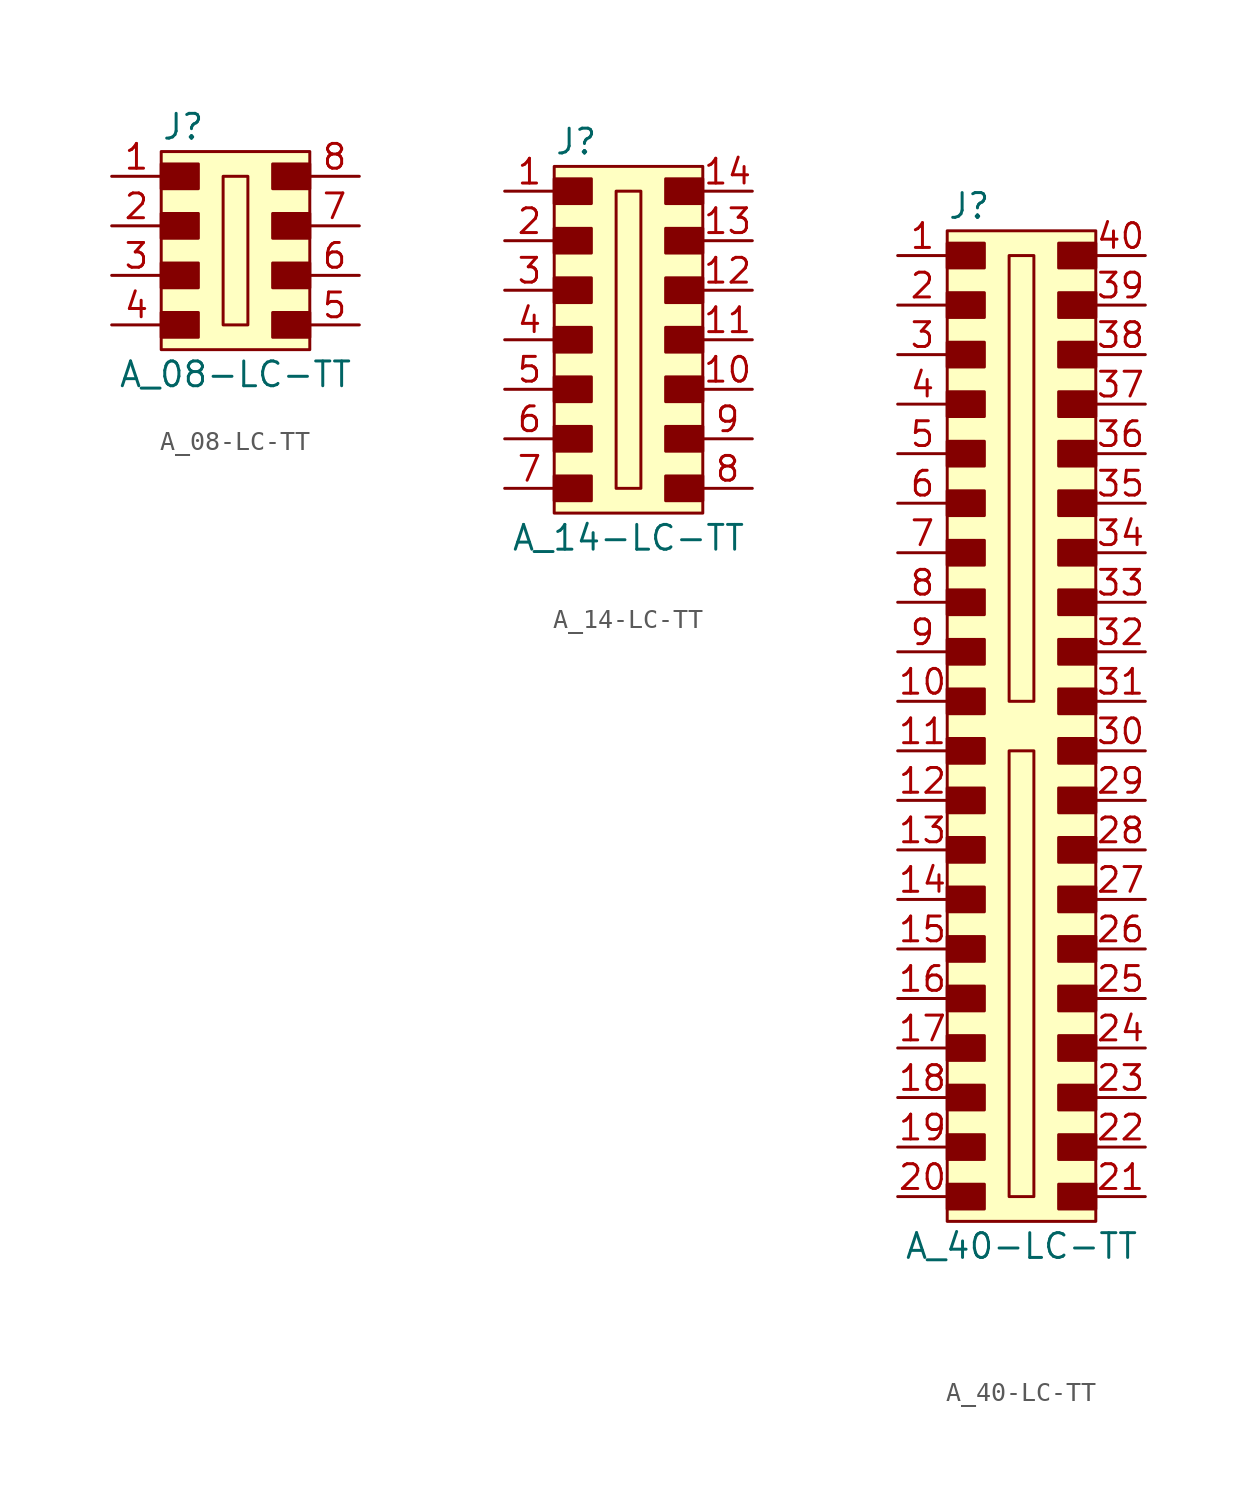
<source format=kicad_sym>
(kicad_symbol_lib
  (version 20211014)
  (generator kicad_symbol_editor)
  (symbol "A_08-LC-TT"
    (pin_names
      (offset 1.016))
    (property "Reference" "J"
      (at -3.81 6.35 0)
      (effects (font (size 1.27 1.27)) (justify left)))
    (property "Value" "A_08-LC-TT"
      (at 0 -6.35 0)
      (effects (font (size 1.27 1.27))))
    (symbol "A_08-LC-TT_1_1"
      (rectangle (start -3.81 -3.175) (end -1.905 -4.445) (stroke (width 0) (type default) (color 0 0 0 0)) (fill (type outline)))
      (rectangle (start -3.81 -0.635) (end -1.905 -1.905) (stroke (width 0) (type default) (color 0 0 0 0)) (fill (type outline)))
      (rectangle (start -3.81 1.905) (end -1.905 0.635) (stroke (width 0) (type default) (color 0 0 0 0)) (fill (type outline)))
      (rectangle (start -3.81 4.445) (end -1.905 3.175) (stroke (width 0) (type default) (color 0 0 0 0)) (fill (type outline)))
      (rectangle (start -3.81 5.08) (end 3.81 -5.08) (stroke (width 0) (type default) (color 0 0 0 0)) (fill (type background)))
      (rectangle (start -0.635 3.81) (end 0.635 -3.81) (stroke (width 0) (type default) (color 0 0 0 0)) (fill (type none)))
      (rectangle (start 1.905 -3.175) (end 3.81 -4.445) (stroke (width 0) (type default) (color 0 0 0 0)) (fill (type outline)))
      (rectangle (start 1.905 -0.635) (end 3.81 -1.905) (stroke (width 0) (type default) (color 0 0 0 0)) (fill (type outline)))
      (rectangle (start 1.905 1.905) (end 3.81 0.635) (stroke (width 0) (type default) (color 0 0 0 0)) (fill (type outline)))
      (rectangle (start 1.905 4.445) (end 3.81 3.175) (stroke (width 0) (type default) (color 0 0 0 0)) (fill (type outline)))
      (pin passive line (at -6.35 3.81 0) (length 2.54) (name "~" (effects (font (size 1.27 1.27)))) (number "1" (effects (font (size 1.27 1.27)))))
      (pin passive line (at -6.35 1.27 0) (length 2.54) (name "~" (effects (font (size 1.27 1.27)))) (number "2" (effects (font (size 1.27 1.27)))))
      (pin passive line (at -6.35 -1.27 0) (length 2.54) (name "~" (effects (font (size 1.27 1.27)))) (number "3" (effects (font (size 1.27 1.27)))))
      (pin passive line (at -6.35 -3.81 0) (length 2.54) (name "~" (effects (font (size 1.27 1.27)))) (number "4" (effects (font (size 1.27 1.27)))))
      (pin passive line (at 6.35 -3.81 180) (length 2.54) (name "~" (effects (font (size 1.27 1.27)))) (number "5" (effects (font (size 1.27 1.27)))))
      (pin passive line (at 6.35 -1.27 180) (length 2.54) (name "~" (effects (font (size 1.27 1.27)))) (number "6" (effects (font (size 1.27 1.27)))))
      (pin passive line (at 6.35 1.27 180) (length 2.54) (name "~" (effects (font (size 1.27 1.27)))) (number "7" (effects (font (size 1.27 1.27)))))
      (pin passive line (at 6.35 3.81 180) (length 2.54) (name "~" (effects (font (size 1.27 1.27)))) (number "8" (effects (font (size 1.27 1.27)))))))
  (symbol "A_14-LC-TT"
    (pin_names
      (offset 1.016))
    (property "Reference" "J"
      (at -3.81 7.62 0)
      (effects (font (size 1.27 1.27)) (justify left)))
    (property "Value" "A_14-LC-TT"
      (at 0 -12.7 0)
      (effects (font (size 1.27 1.27))))
    (symbol "A_14-LC-TT_1_1"
      (rectangle (start -3.81 -9.525) (end -1.905 -10.795) (stroke (width 0) (type default) (color 0 0 0 0)) (fill (type outline)))
      (rectangle (start -3.81 -6.985) (end -1.905 -8.255) (stroke (width 0) (type default) (color 0 0 0 0)) (fill (type outline)))
      (rectangle (start -3.81 -4.445) (end -1.905 -5.715) (stroke (width 0) (type default) (color 0 0 0 0)) (fill (type outline)))
      (rectangle (start -3.81 -1.905) (end -1.905 -3.175) (stroke (width 0) (type default) (color 0 0 0 0)) (fill (type outline)))
      (rectangle (start -3.81 0.635) (end -1.905 -0.635) (stroke (width 0) (type default) (color 0 0 0 0)) (fill (type outline)))
      (rectangle (start -3.81 3.175) (end -1.905 1.905) (stroke (width 0) (type default) (color 0 0 0 0)) (fill (type outline)))
      (rectangle (start -3.81 5.715) (end -1.905 4.445) (stroke (width 0) (type default) (color 0 0 0 0)) (fill (type outline)))
      (rectangle (start -3.81 6.35) (end 3.81 -11.43) (stroke (width 0) (type default) (color 0 0 0 0)) (fill (type background)))
      (rectangle (start -0.635 5.08) (end 0.635 -10.16) (stroke (width 0) (type default) (color 0 0 0 0)) (fill (type none)))
      (rectangle (start 1.905 -9.525) (end 3.81 -10.795) (stroke (width 0) (type default) (color 0 0 0 0)) (fill (type outline)))
      (rectangle (start 1.905 -6.985) (end 3.81 -8.255) (stroke (width 0) (type default) (color 0 0 0 0)) (fill (type outline)))
      (rectangle (start 1.905 -4.445) (end 3.81 -5.715) (stroke (width 0) (type default) (color 0 0 0 0)) (fill (type outline)))
      (rectangle (start 1.905 -1.905) (end 3.81 -3.175) (stroke (width 0) (type default) (color 0 0 0 0)) (fill (type outline)))
      (rectangle (start 1.905 0.635) (end 3.81 -0.635) (stroke (width 0) (type default) (color 0 0 0 0)) (fill (type outline)))
      (rectangle (start 1.905 3.175) (end 3.81 1.905) (stroke (width 0) (type default) (color 0 0 0 0)) (fill (type outline)))
      (rectangle (start 1.905 5.715) (end 3.81 4.445) (stroke (width 0) (type default) (color 0 0 0 0)) (fill (type outline)))
      (pin passive line (at -6.35 5.08 0) (length 2.54) (name "~" (effects (font (size 1.27 1.27)))) (number "1" (effects (font (size 1.27 1.27)))))
      (pin passive line (at 6.35 -5.08 180) (length 2.54) (name "~" (effects (font (size 1.27 1.27)))) (number "10" (effects (font (size 1.27 1.27)))))
      (pin passive line (at 6.35 -2.54 180) (length 2.54) (name "~" (effects (font (size 1.27 1.27)))) (number "11" (effects (font (size 1.27 1.27)))))
      (pin passive line (at 6.35 0 180) (length 2.54) (name "~" (effects (font (size 1.27 1.27)))) (number "12" (effects (font (size 1.27 1.27)))))
      (pin passive line (at 6.35 2.54 180) (length 2.54) (name "~" (effects (font (size 1.27 1.27)))) (number "13" (effects (font (size 1.27 1.27)))))
      (pin passive line (at 6.35 5.08 180) (length 2.54) (name "~" (effects (font (size 1.27 1.27)))) (number "14" (effects (font (size 1.27 1.27)))))
      (pin passive line (at -6.35 2.54 0) (length 2.54) (name "~" (effects (font (size 1.27 1.27)))) (number "2" (effects (font (size 1.27 1.27)))))
      (pin passive line (at -6.35 0 0) (length 2.54) (name "~" (effects (font (size 1.27 1.27)))) (number "3" (effects (font (size 1.27 1.27)))))
      (pin passive line (at -6.35 -2.54 0) (length 2.54) (name "~" (effects (font (size 1.27 1.27)))) (number "4" (effects (font (size 1.27 1.27)))))
      (pin passive line (at -6.35 -5.08 0) (length 2.54) (name "~" (effects (font (size 1.27 1.27)))) (number "5" (effects (font (size 1.27 1.27)))))
      (pin passive line (at -6.35 -7.62 0) (length 2.54) (name "~" (effects (font (size 1.27 1.27)))) (number "6" (effects (font (size 1.27 1.27)))))
      (pin passive line (at -6.35 -10.16 0) (length 2.54) (name "~" (effects (font (size 1.27 1.27)))) (number "7" (effects (font (size 1.27 1.27)))))
      (pin passive line (at 6.35 -10.16 180) (length 2.54) (name "~" (effects (font (size 1.27 1.27)))) (number "8" (effects (font (size 1.27 1.27)))))
      (pin passive line (at 6.35 -7.62 180) (length 2.54) (name "~" (effects (font (size 1.27 1.27)))) (number "9" (effects (font (size 1.27 1.27)))))))
  (symbol "A_40-LC-TT"
    (pin_names
      (offset 1.016))
    (property "Reference" "J"
      (at -3.81 25.4 0)
      (effects (font (size 1.27 1.27)) (justify left)))
    (property "Value" "A_40-LC-TT"
      (at 0 -27.94 0)
      (effects (font (size 1.27 1.27))))
    (symbol "A_40-LC-TT_1_1"
      (rectangle (start -3.81 -24.765) (end -1.905 -26.035) (stroke (width 0) (type default) (color 0 0 0 0)) (fill (type outline)))
      (rectangle (start -3.81 -22.225) (end -1.905 -23.495) (stroke (width 0) (type default) (color 0 0 0 0)) (fill (type outline)))
      (rectangle (start -3.81 -19.685) (end -1.905 -20.955) (stroke (width 0) (type default) (color 0 0 0 0)) (fill (type outline)))
      (rectangle (start -3.81 -17.145) (end -1.905 -18.415) (stroke (width 0) (type default) (color 0 0 0 0)) (fill (type outline)))
      (rectangle (start -3.81 -14.605) (end -1.905 -15.875) (stroke (width 0) (type default) (color 0 0 0 0)) (fill (type outline)))
      (rectangle (start -3.81 -12.065) (end -1.905 -13.335) (stroke (width 0) (type default) (color 0 0 0 0)) (fill (type outline)))
      (rectangle (start -3.81 -9.525) (end -1.905 -10.795) (stroke (width 0) (type default) (color 0 0 0 0)) (fill (type outline)))
      (rectangle (start -3.81 -6.985) (end -1.905 -8.255) (stroke (width 0) (type default) (color 0 0 0 0)) (fill (type outline)))
      (rectangle (start -3.81 -4.445) (end -1.905 -5.715) (stroke (width 0) (type default) (color 0 0 0 0)) (fill (type outline)))
      (rectangle (start -3.81 -1.905) (end -1.905 -3.175) (stroke (width 0) (type default) (color 0 0 0 0)) (fill (type outline)))
      (rectangle (start -3.81 0.635) (end -1.905 -0.635) (stroke (width 0) (type default) (color 0 0 0 0)) (fill (type outline)))
      (rectangle (start -3.81 3.175) (end -1.905 1.905) (stroke (width 0) (type default) (color 0 0 0 0)) (fill (type outline)))
      (rectangle (start -3.81 5.715) (end -1.905 4.445) (stroke (width 0) (type default) (color 0 0 0 0)) (fill (type outline)))
      (rectangle (start -3.81 8.255) (end -1.905 6.985) (stroke (width 0) (type default) (color 0 0 0 0)) (fill (type outline)))
      (rectangle (start -3.81 10.795) (end -1.905 9.525) (stroke (width 0) (type default) (color 0 0 0 0)) (fill (type outline)))
      (rectangle (start -3.81 13.335) (end -1.905 12.065) (stroke (width 0) (type default) (color 0 0 0 0)) (fill (type outline)))
      (rectangle (start -3.81 15.875) (end -1.905 14.605) (stroke (width 0) (type default) (color 0 0 0 0)) (fill (type outline)))
      (rectangle (start -3.81 18.415) (end -1.905 17.145) (stroke (width 0) (type default) (color 0 0 0 0)) (fill (type outline)))
      (rectangle (start -3.81 20.955) (end -1.905 19.685) (stroke (width 0) (type default) (color 0 0 0 0)) (fill (type outline)))
      (rectangle (start -3.81 23.495) (end -1.905 22.225) (stroke (width 0) (type default) (color 0 0 0 0)) (fill (type outline)))
      (rectangle (start -3.81 24.13) (end 3.81 -26.67) (stroke (width 0) (type default) (color 0 0 0 0)) (fill (type background)))
      (rectangle (start -0.635 -2.54) (end 0.635 -25.4) (stroke (width 0) (type default) (color 0 0 0 0)) (fill (type none)))
      (rectangle (start -0.635 22.86) (end 0.635 0) (stroke (width 0) (type default) (color 0 0 0 0)) (fill (type none)))
      (rectangle (start 1.905 -24.765) (end 3.81 -26.035) (stroke (width 0) (type default) (color 0 0 0 0)) (fill (type outline)))
      (rectangle (start 1.905 -22.225) (end 3.81 -23.495) (stroke (width 0) (type default) (color 0 0 0 0)) (fill (type outline)))
      (rectangle (start 1.905 -19.685) (end 3.81 -20.955) (stroke (width 0) (type default) (color 0 0 0 0)) (fill (type outline)))
      (rectangle (start 1.905 -17.145) (end 3.81 -18.415) (stroke (width 0) (type default) (color 0 0 0 0)) (fill (type outline)))
      (rectangle (start 1.905 -14.605) (end 3.81 -15.875) (stroke (width 0) (type default) (color 0 0 0 0)) (fill (type outline)))
      (rectangle (start 1.905 -12.065) (end 3.81 -13.335) (stroke (width 0) (type default) (color 0 0 0 0)) (fill (type outline)))
      (rectangle (start 1.905 -9.525) (end 3.81 -10.795) (stroke (width 0) (type default) (color 0 0 0 0)) (fill (type outline)))
      (rectangle (start 1.905 -6.985) (end 3.81 -8.255) (stroke (width 0) (type default) (color 0 0 0 0)) (fill (type outline)))
      (rectangle (start 1.905 -4.445) (end 3.81 -5.715) (stroke (width 0) (type default) (color 0 0 0 0)) (fill (type outline)))
      (rectangle (start 1.905 -1.905) (end 3.81 -3.175) (stroke (width 0) (type default) (color 0 0 0 0)) (fill (type outline)))
      (rectangle (start 1.905 0.635) (end 3.81 -0.635) (stroke (width 0) (type default) (color 0 0 0 0)) (fill (type outline)))
      (rectangle (start 1.905 3.175) (end 3.81 1.905) (stroke (width 0) (type default) (color 0 0 0 0)) (fill (type outline)))
      (rectangle (start 1.905 5.715) (end 3.81 4.445) (stroke (width 0) (type default) (color 0 0 0 0)) (fill (type outline)))
      (rectangle (start 1.905 8.255) (end 3.81 6.985) (stroke (width 0) (type default) (color 0 0 0 0)) (fill (type outline)))
      (rectangle (start 1.905 10.795) (end 3.81 9.525) (stroke (width 0) (type default) (color 0 0 0 0)) (fill (type outline)))
      (rectangle (start 1.905 13.335) (end 3.81 12.065) (stroke (width 0) (type default) (color 0 0 0 0)) (fill (type outline)))
      (rectangle (start 1.905 15.875) (end 3.81 14.605) (stroke (width 0) (type default) (color 0 0 0 0)) (fill (type outline)))
      (rectangle (start 1.905 18.415) (end 3.81 17.145) (stroke (width 0) (type default) (color 0 0 0 0)) (fill (type outline)))
      (rectangle (start 1.905 20.955) (end 3.81 19.685) (stroke (width 0) (type default) (color 0 0 0 0)) (fill (type outline)))
      (rectangle (start 1.905 23.495) (end 3.81 22.225) (stroke (width 0) (type default) (color 0 0 0 0)) (fill (type outline)))
      (pin passive line (at -6.35 22.86 0) (length 2.54) (name "~" (effects (font (size 1.27 1.27)))) (number "1" (effects (font (size 1.27 1.27)))))
      (pin passive line (at -6.35 0 0) (length 2.54) (name "~" (effects (font (size 1.27 1.27)))) (number "10" (effects (font (size 1.27 1.27)))))
      (pin passive line (at -6.35 -2.54 0) (length 2.54) (name "~" (effects (font (size 1.27 1.27)))) (number "11" (effects (font (size 1.27 1.27)))))
      (pin passive line (at -6.35 -5.08 0) (length 2.54) (name "~" (effects (font (size 1.27 1.27)))) (number "12" (effects (font (size 1.27 1.27)))))
      (pin passive line (at -6.35 -7.62 0) (length 2.54) (name "~" (effects (font (size 1.27 1.27)))) (number "13" (effects (font (size 1.27 1.27)))))
      (pin passive line (at -6.35 -10.16 0) (length 2.54) (name "~" (effects (font (size 1.27 1.27)))) (number "14" (effects (font (size 1.27 1.27)))))
      (pin passive line (at -6.35 -12.7 0) (length 2.54) (name "~" (effects (font (size 1.27 1.27)))) (number "15" (effects (font (size 1.27 1.27)))))
      (pin passive line (at -6.35 -15.24 0) (length 2.54) (name "~" (effects (font (size 1.27 1.27)))) (number "16" (effects (font (size 1.27 1.27)))))
      (pin passive line (at -6.35 -17.78 0) (length 2.54) (name "~" (effects (font (size 1.27 1.27)))) (number "17" (effects (font (size 1.27 1.27)))))
      (pin passive line (at -6.35 -20.32 0) (length 2.54) (name "~" (effects (font (size 1.27 1.27)))) (number "18" (effects (font (size 1.27 1.27)))))
      (pin passive line (at -6.35 -22.86 0) (length 2.54) (name "~" (effects (font (size 1.27 1.27)))) (number "19" (effects (font (size 1.27 1.27)))))
      (pin passive line (at -6.35 20.32 0) (length 2.54) (name "~" (effects (font (size 1.27 1.27)))) (number "2" (effects (font (size 1.27 1.27)))))
      (pin passive line (at -6.35 -25.4 0) (length 2.54) (name "~" (effects (font (size 1.27 1.27)))) (number "20" (effects (font (size 1.27 1.27)))))
      (pin passive line (at 6.35 -25.4 180) (length 2.54) (name "~" (effects (font (size 1.27 1.27)))) (number "21" (effects (font (size 1.27 1.27)))))
      (pin passive line (at 6.35 -22.86 180) (length 2.54) (name "~" (effects (font (size 1.27 1.27)))) (number "22" (effects (font (size 1.27 1.27)))))
      (pin passive line (at 6.35 -20.32 180) (length 2.54) (name "~" (effects (font (size 1.27 1.27)))) (number "23" (effects (font (size 1.27 1.27)))))
      (pin passive line (at 6.35 -17.78 180) (length 2.54) (name "~" (effects (font (size 1.27 1.27)))) (number "24" (effects (font (size 1.27 1.27)))))
      (pin passive line (at 6.35 -15.24 180) (length 2.54) (name "~" (effects (font (size 1.27 1.27)))) (number "25" (effects (font (size 1.27 1.27)))))
      (pin passive line (at 6.35 -12.7 180) (length 2.54) (name "~" (effects (font (size 1.27 1.27)))) (number "26" (effects (font (size 1.27 1.27)))))
      (pin passive line (at 6.35 -10.16 180) (length 2.54) (name "~" (effects (font (size 1.27 1.27)))) (number "27" (effects (font (size 1.27 1.27)))))
      (pin passive line (at 6.35 -7.62 180) (length 2.54) (name "~" (effects (font (size 1.27 1.27)))) (number "28" (effects (font (size 1.27 1.27)))))
      (pin passive line (at 6.35 -5.08 180) (length 2.54) (name "~" (effects (font (size 1.27 1.27)))) (number "29" (effects (font (size 1.27 1.27)))))
      (pin passive line (at -6.35 17.78 0) (length 2.54) (name "~" (effects (font (size 1.27 1.27)))) (number "3" (effects (font (size 1.27 1.27)))))
      (pin passive line (at 6.35 -2.54 180) (length 2.54) (name "~" (effects (font (size 1.27 1.27)))) (number "30" (effects (font (size 1.27 1.27)))))
      (pin passive line (at 6.35 0 180) (length 2.54) (name "~" (effects (font (size 1.27 1.27)))) (number "31" (effects (font (size 1.27 1.27)))))
      (pin passive line (at 6.35 2.54 180) (length 2.54) (name "~" (effects (font (size 1.27 1.27)))) (number "32" (effects (font (size 1.27 1.27)))))
      (pin passive line (at 6.35 5.08 180) (length 2.54) (name "~" (effects (font (size 1.27 1.27)))) (number "33" (effects (font (size 1.27 1.27)))))
      (pin passive line (at 6.35 7.62 180) (length 2.54) (name "~" (effects (font (size 1.27 1.27)))) (number "34" (effects (font (size 1.27 1.27)))))
      (pin passive line (at 6.35 10.16 180) (length 2.54) (name "~" (effects (font (size 1.27 1.27)))) (number "35" (effects (font (size 1.27 1.27)))))
      (pin passive line (at 6.35 12.7 180) (length 2.54) (name "~" (effects (font (size 1.27 1.27)))) (number "36" (effects (font (size 1.27 1.27)))))
      (pin passive line (at 6.35 15.24 180) (length 2.54) (name "~" (effects (font (size 1.27 1.27)))) (number "37" (effects (font (size 1.27 1.27)))))
      (pin passive line (at 6.35 17.78 180) (length 2.54) (name "~" (effects (font (size 1.27 1.27)))) (number "38" (effects (font (size 1.27 1.27)))))
      (pin passive line (at 6.35 20.32 180) (length 2.54) (name "~" (effects (font (size 1.27 1.27)))) (number "39" (effects (font (size 1.27 1.27)))))
      (pin passive line (at -6.35 15.24 0) (length 2.54) (name "~" (effects (font (size 1.27 1.27)))) (number "4" (effects (font (size 1.27 1.27)))))
      (pin passive line (at 6.35 22.86 180) (length 2.54) (name "~" (effects (font (size 1.27 1.27)))) (number "40" (effects (font (size 1.27 1.27)))))
      (pin passive line (at -6.35 12.7 0) (length 2.54) (name "~" (effects (font (size 1.27 1.27)))) (number "5" (effects (font (size 1.27 1.27)))))
      (pin passive line (at -6.35 10.16 0) (length 2.54) (name "~" (effects (font (size 1.27 1.27)))) (number "6" (effects (font (size 1.27 1.27)))))
      (pin passive line (at -6.35 7.62 0) (length 2.54) (name "~" (effects (font (size 1.27 1.27)))) (number "7" (effects (font (size 1.27 1.27)))))
      (pin passive line (at -6.35 5.08 0) (length 2.54) (name "~" (effects (font (size 1.27 1.27)))) (number "8" (effects (font (size 1.27 1.27)))))
      (pin passive line (at -6.35 2.54 0) (length 2.54) (name "~" (effects (font (size 1.27 1.27)))) (number "9" (effects (font (size 1.27 1.27))))))))
</source>
